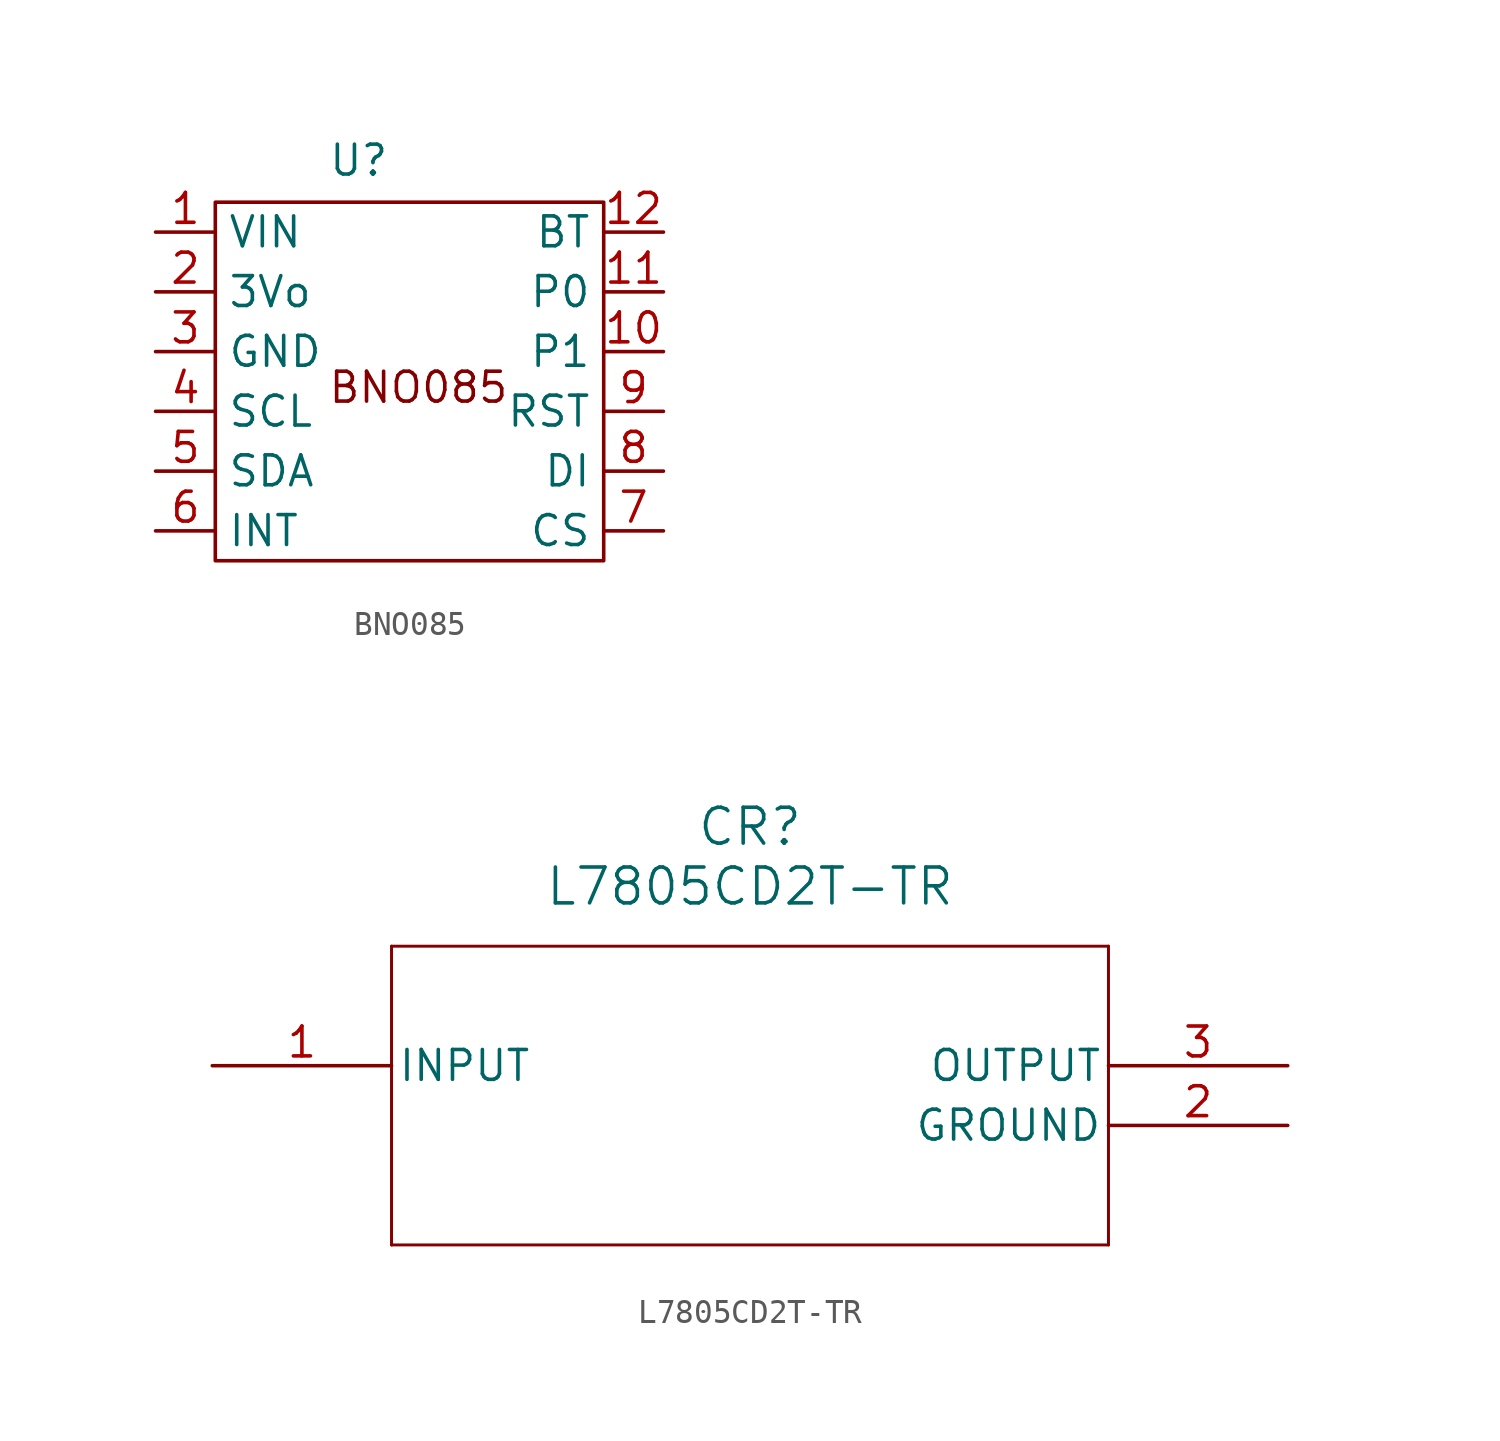
<source format=kicad_sym>
(kicad_symbol_lib
  (version 20231120)
  (generator "kicad_symbol_editor")
  (generator_version "8.0")
  (symbol "BNO085"
    (property "Reference" "U"
      (at 3.556 14.478 0)
      (effects (font (size 1.27 1.27))))
    (property "Value" ""
      (at 0 0 0)
      (effects (font (size 1.27 1.27))))
    (symbol "BNO085_0_1"
      (rectangle (start -2.54 12.7) (end 13.97 -2.54) (stroke (width 0) (type default)) (fill (type none))))
    (symbol "BNO085_1_1"
      (text "BNO085" (at 6.096 4.826 0) (effects (font (size 1.27 1.27))))
      (pin power_in line (at -5.08 11.43 0) (length 2.54) (name "VIN" (effects (font (size 1.27 1.27)))) (number "1" (effects (font (size 1.27 1.27)))))
      (pin input line (at 16.51 6.35 180) (length 2.54) (name "P1" (effects (font (size 1.27 1.27)))) (number "10" (effects (font (size 1.27 1.27)))))
      (pin input line (at 16.51 8.89 180) (length 2.54) (name "P0" (effects (font (size 1.27 1.27)))) (number "11" (effects (font (size 1.27 1.27)))))
      (pin input line (at 16.51 11.43 180) (length 2.54) (name "BT" (effects (font (size 1.27 1.27)))) (number "12" (effects (font (size 1.27 1.27)))))
      (pin power_out line (at -5.08 8.89 0) (length 2.54) (name "3Vo" (effects (font (size 1.27 1.27)))) (number "2" (effects (font (size 1.27 1.27)))))
      (pin power_in line (at -5.08 6.35 0) (length 2.54) (name "GND" (effects (font (size 1.27 1.27)))) (number "3" (effects (font (size 1.27 1.27)))))
      (pin input line (at -5.08 3.81 0) (length 2.54) (name "SCL" (effects (font (size 1.27 1.27)))) (number "4" (effects (font (size 1.27 1.27)))))
      (pin input line (at -5.08 1.27 0) (length 2.54) (name "SDA" (effects (font (size 1.27 1.27)))) (number "5" (effects (font (size 1.27 1.27)))))
      (pin input line (at -5.08 -1.27 0) (length 2.54) (name "INT" (effects (font (size 1.27 1.27)))) (number "6" (effects (font (size 1.27 1.27)))))
      (pin input line (at 16.51 -1.27 180) (length 2.54) (name "CS" (effects (font (size 1.27 1.27)))) (number "7" (effects (font (size 1.27 1.27)))))
      (pin input line (at 16.51 1.27 180) (length 2.54) (name "DI" (effects (font (size 1.27 1.27)))) (number "8" (effects (font (size 1.27 1.27)))))
      (pin input line (at 16.51 3.81 180) (length 2.54) (name "RST" (effects (font (size 1.27 1.27)))) (number "9" (effects (font (size 1.27 1.27)))))))
  (symbol "L7805CD2T-TR"
    (pin_names
      (offset 0.254))
    (property "Reference" "CR"
      (at 22.86 10.16 0)
      (effects (font (size 1.524 1.524))))
    (property "Value" "L7805CD2T-TR"
      (at 22.86 7.62 0)
      (effects (font (size 1.524 1.524))))
    (property "ki_locked" ""
      (at 0 0 0)
      (effects (font (size 1.27 1.27))))
    (symbol "L7805CD2T-TR_0_1"
      (polyline (pts (xy 7.62 -7.62) (xy 38.1 -7.62)) (stroke (width 0.127) (type default)) (fill (type none)))
      (polyline (pts (xy 7.62 5.08) (xy 7.62 -7.62)) (stroke (width 0.127) (type default)) (fill (type none)))
      (polyline (pts (xy 38.1 -7.62) (xy 38.1 5.08)) (stroke (width 0.127) (type default)) (fill (type none)))
      (polyline (pts (xy 38.1 5.08) (xy 7.62 5.08)) (stroke (width 0.127) (type default)) (fill (type none)))
      (pin input line (at 0 0 0) (length 7.62) (name "INPUT" (effects (font (size 1.27 1.27)))) (number "1" (effects (font (size 1.27 1.27)))))
      (pin power_out line (at 45.72 -2.54 180) (length 7.62) (name "GROUND" (effects (font (size 1.27 1.27)))) (number "2" (effects (font (size 1.27 1.27)))))
      (pin output line (at 45.72 0 180) (length 7.62) (name "OUTPUT" (effects (font (size 1.27 1.27)))) (number "3" (effects (font (size 1.27 1.27))))))))
</source>
